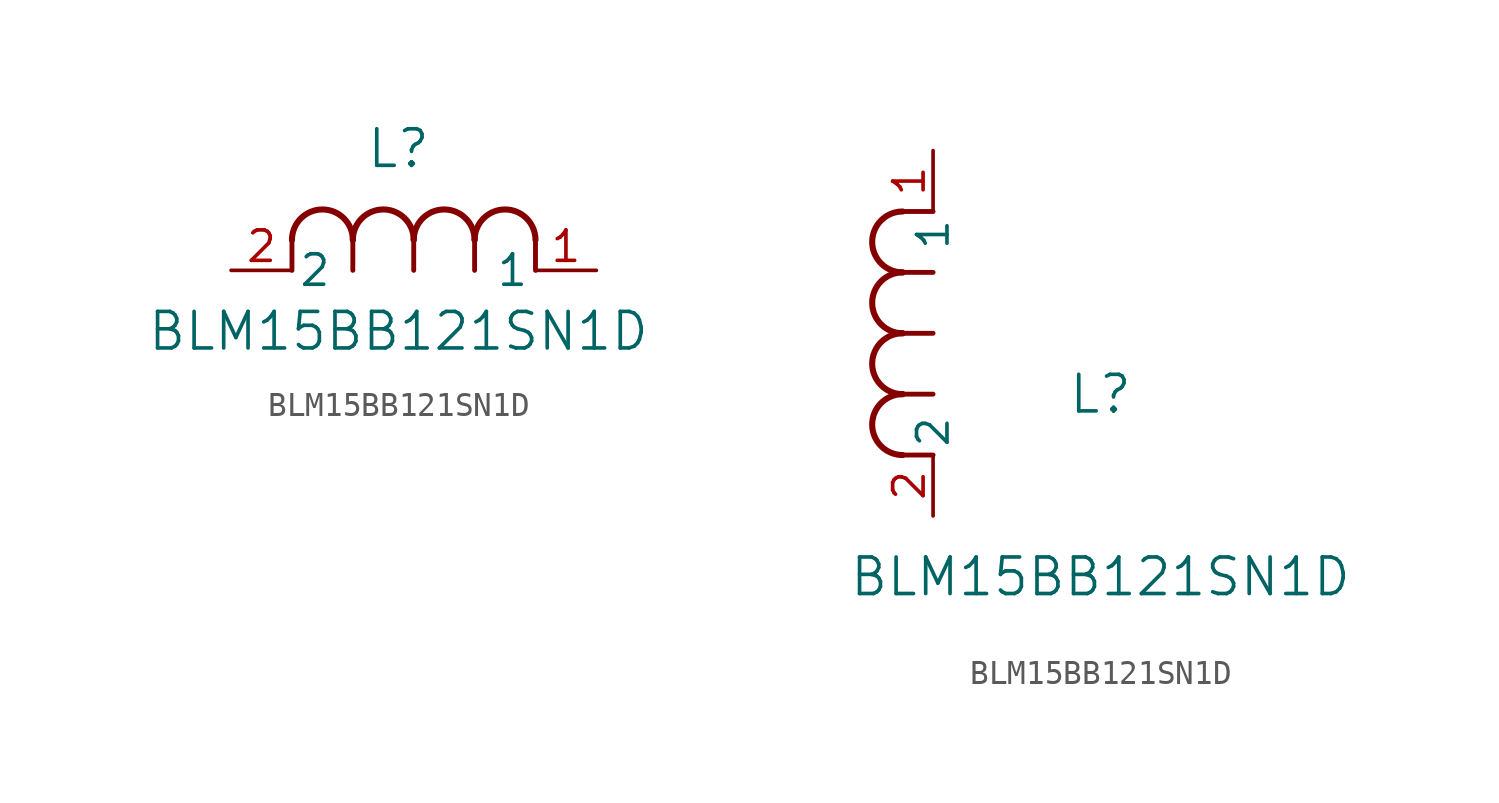
<source format=kicad_sym>
(kicad_symbol_lib
  (version 20211014)
  (generator kicad_symbol_editor)
  (symbol "BLM15BB121SN1D"
    (pin_names
      (offset 0.254))
    (property "Reference" "L"
      (at 6.985 5.08 0)
      (effects (font (size 1.524 1.524))))
    (property "Value" "BLM15BB121SN1D"
      (at 6.985 -2.54 0)
      (effects (font (size 1.524 1.524))))
    (symbol "BLM15BB121SN1D_1_1"
      (arc (start 7.62 1.27) (mid 6.35 2.54) (end 5.08 1.27) (stroke (width 0.254) (type default) (color 0 0 0 0)) (fill (type none)))
      (polyline (pts (xy 5.08 0) (xy 5.08 1.27)) (stroke (width 0.203) (type default) (color 0 0 0 0)) (fill (type none)))
      (polyline (pts (xy 7.62 0) (xy 7.62 1.27)) (stroke (width 0.203) (type default) (color 0 0 0 0)) (fill (type none)))
      (polyline (pts (xy 12.7 0) (xy 12.7 1.27)) (stroke (width 0.203) (type default) (color 0 0 0 0)) (fill (type none)))
      (arc (start 5.08 1.27) (mid 3.81 2.54) (end 2.54 1.27) (stroke (width 0.254) (type default) (color 0 0 0 0)) (fill (type none)))
      (arc (start 10.16 1.27) (mid 8.89 2.54) (end 7.62 1.27) (stroke (width 0.254) (type default) (color 0 0 0 0)) (fill (type none)))
      (arc (start 12.7 1.27) (mid 11.43 2.54) (end 10.16 1.27) (stroke (width 0.254) (type default) (color 0 0 0 0)) (fill (type none)))
      (polyline (pts (xy 2.54 0) (xy 2.54 1.27)) (stroke (width 0.203) (type default) (color 0 0 0 0)) (fill (type none)))
      (polyline (pts (xy 10.16 0) (xy 10.16 1.27)) (stroke (width 0.203) (type default) (color 0 0 0 0)) (fill (type none)))
      (pin unspecified line (at 0 0 0) (length 2.54) (name "2" (effects (font (size 1.27 1.27)))) (number "2" (effects (font (size 1.27 1.27)))))
      (pin unspecified line (at 15.24 0 180) (length 2.54) (name "1" (effects (font (size 1.27 1.27)))) (number "1" (effects (font (size 1.27 1.27))))))
    (symbol "BLM15BB121SN1D_1_2"
      (arc (start -1.27 7.62) (mid -2.54 6.35) (end -1.27 5.08) (stroke (width 0.254) (type default) (color 0 0 0 0)) (fill (type none)))
      (arc (start -1.27 5.08) (mid -2.54 3.81) (end -1.27 2.54) (stroke (width 0.254) (type default) (color 0 0 0 0)) (fill (type none)))
      (arc (start -1.27 12.7) (mid -2.54 11.43) (end -1.27 10.16) (stroke (width 0.254) (type default) (color 0 0 0 0)) (fill (type none)))
      (arc (start -1.27 10.16) (mid -2.54 8.89) (end -1.27 7.62) (stroke (width 0.254) (type default) (color 0 0 0 0)) (fill (type none)))
      (polyline (pts (xy 0 7.62) (xy -1.27 7.62)) (stroke (width 0.203) (type default) (color 0 0 0 0)) (fill (type none)))
      (polyline (pts (xy 0 5.08) (xy -1.27 5.08)) (stroke (width 0.203) (type default) (color 0 0 0 0)) (fill (type none)))
      (polyline (pts (xy 0 12.7) (xy -1.27 12.7)) (stroke (width 0.203) (type default) (color 0 0 0 0)) (fill (type none)))
      (polyline (pts (xy 0 2.54) (xy -1.27 2.54)) (stroke (width 0.203) (type default) (color 0 0 0 0)) (fill (type none)))
      (polyline (pts (xy 0 10.16) (xy -1.27 10.16)) (stroke (width 0.203) (type default) (color 0 0 0 0)) (fill (type none)))
      (pin unspecified line (at 0 0 90) (length 2.54) (name "2" (effects (font (size 1.27 1.27)))) (number "2" (effects (font (size 1.27 1.27)))))
      (pin unspecified line (at 0 15.24 270) (length 2.54) (name "1" (effects (font (size 1.27 1.27)))) (number "1" (effects (font (size 1.27 1.27))))))))
</source>
